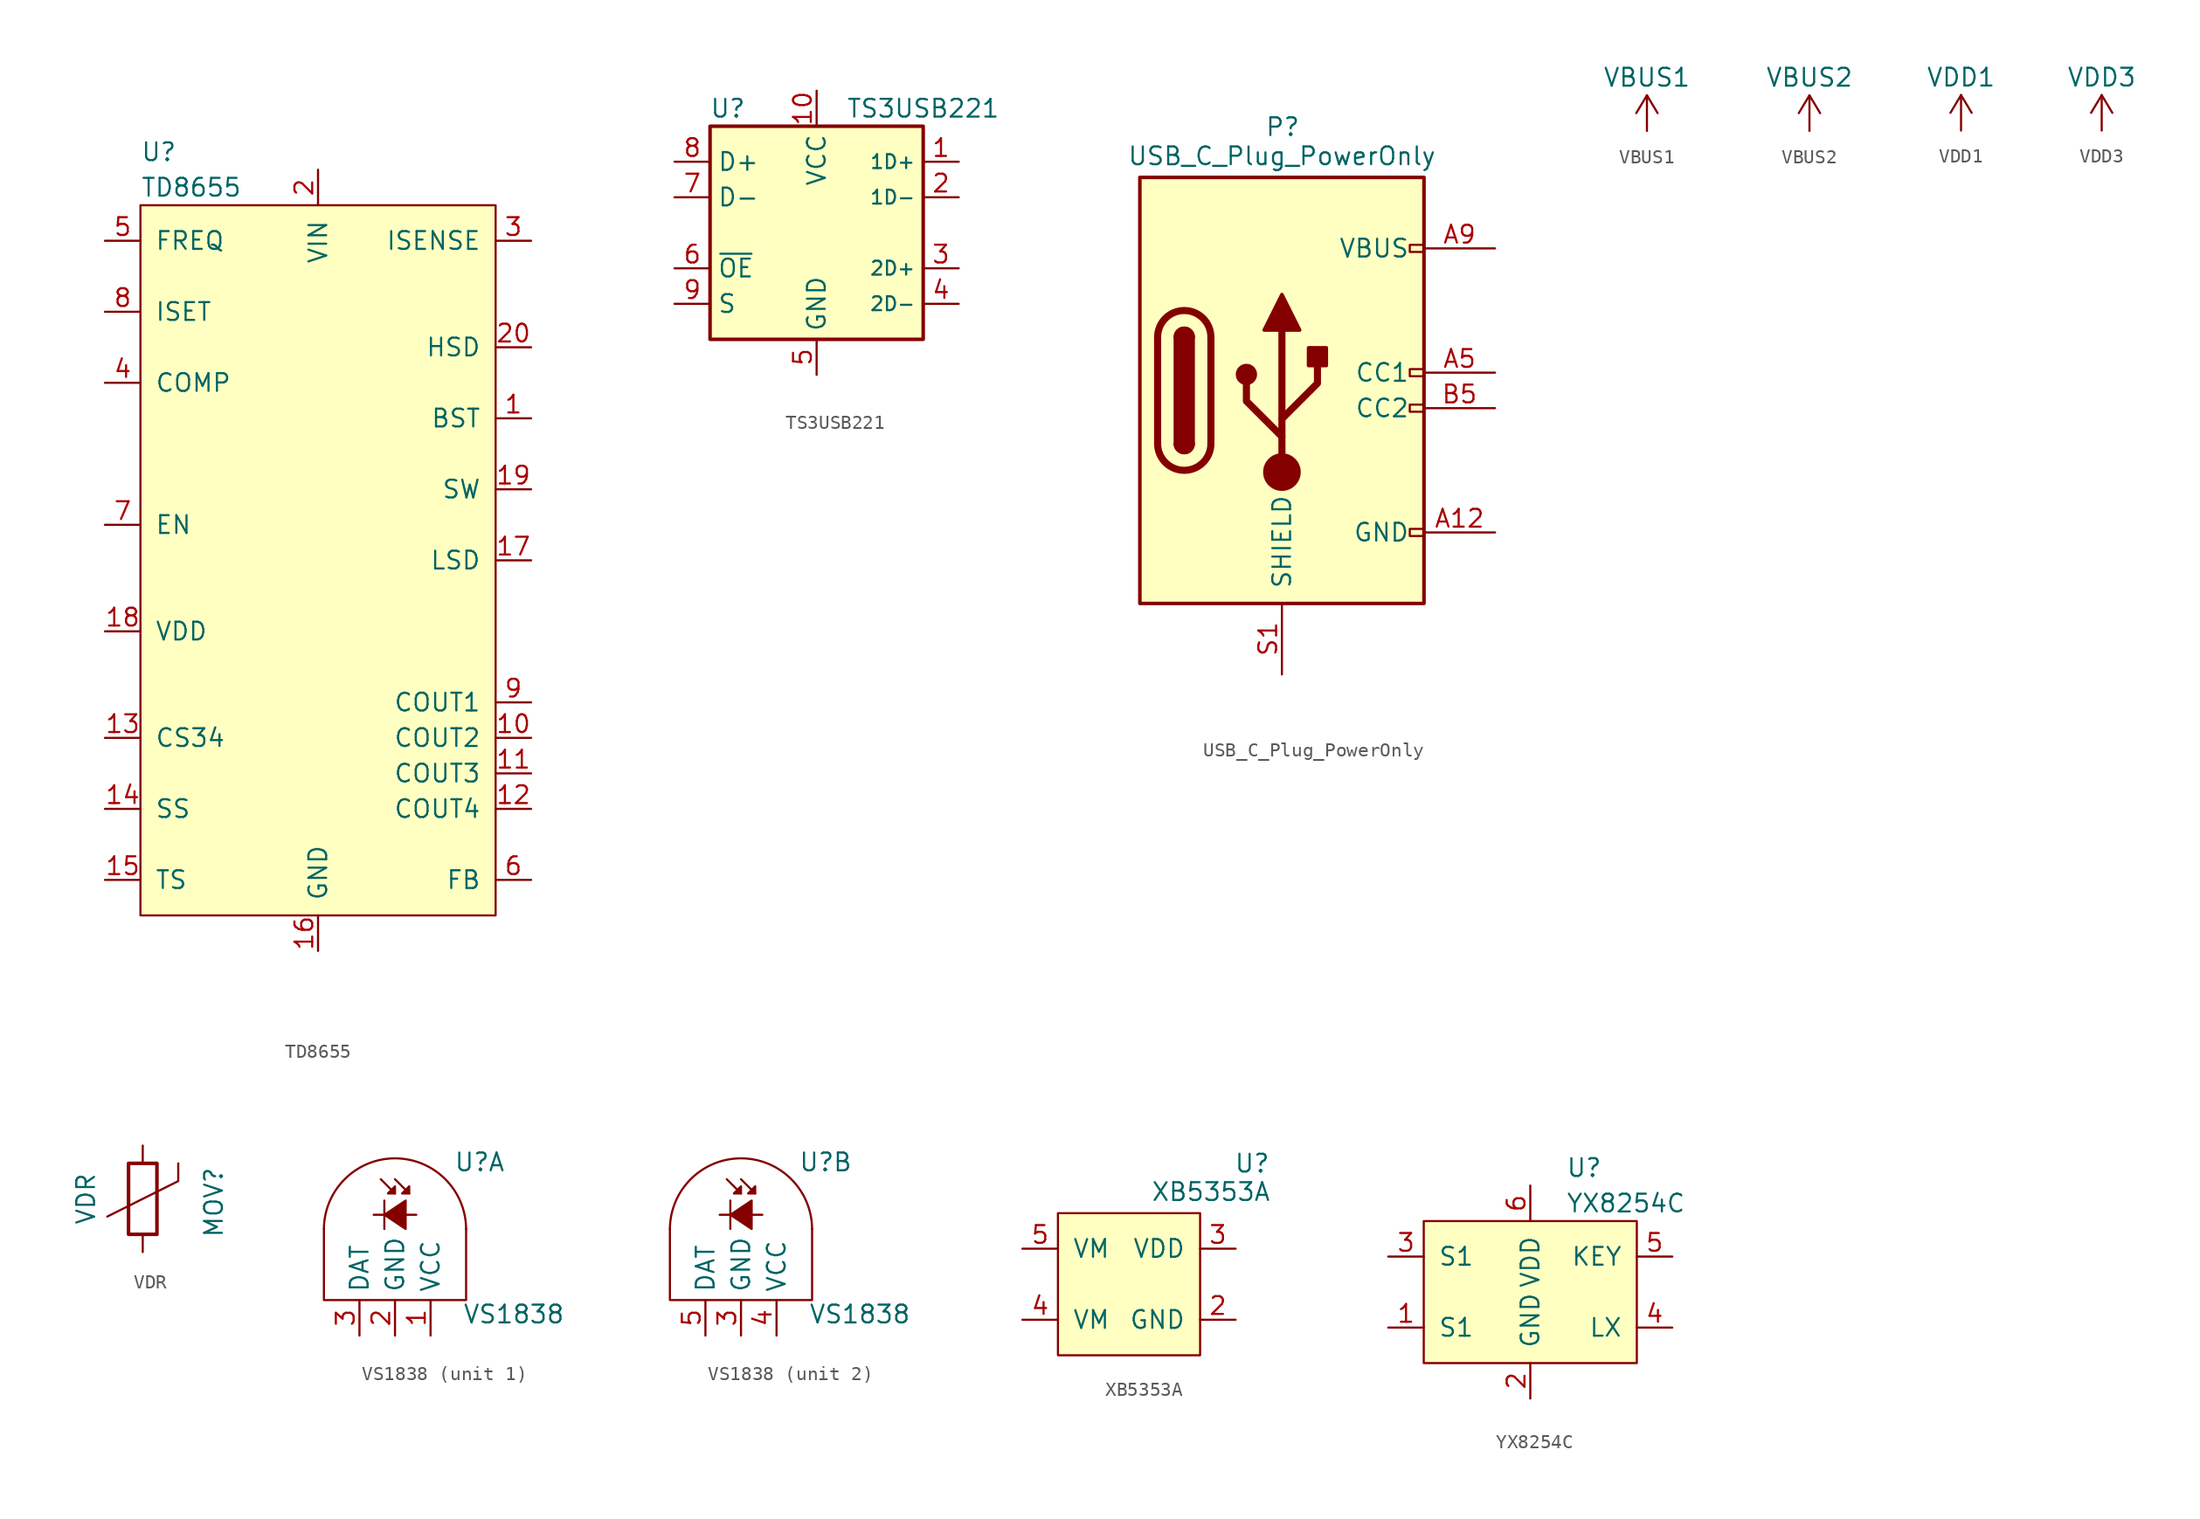
<source format=kicad_sym>
(kicad_symbol_lib
  (version 20220914)
  (generator kicad_symbol_editor)
  (symbol "TD8655"
    (pin_names
      (offset 1.016))
    (property "Reference" "U"
      (at -12.7 29.21 0)
      (effects (font (size 1.27 1.27)) (justify left)))
    (property "Value" "TD8655"
      (at -12.7 26.67 0)
      (effects (font (size 1.27 1.27)) (justify left)))
    (symbol "TD8655_0_1"
      (rectangle (start -12.7 25.4) (end 12.7 -25.4) (stroke (width 0) (type default)) (fill (type background))))
    (symbol "TD8655_1_1"
      (pin input line (at 15.24 10.16 180) (length 2.54) (name "BST" (effects (font (size 1.27 1.27)))) (number "1" (effects (font (size 1.27 1.27)))))
      (pin input line (at 15.24 -12.7 180) (length 2.54) (name "COUT2" (effects (font (size 1.27 1.27)))) (number "10" (effects (font (size 1.27 1.27)))))
      (pin input line (at 15.24 -15.24 180) (length 2.54) (name "COUT3" (effects (font (size 1.27 1.27)))) (number "11" (effects (font (size 1.27 1.27)))))
      (pin input line (at 15.24 -17.78 180) (length 2.54) (name "COUT4" (effects (font (size 1.27 1.27)))) (number "12" (effects (font (size 1.27 1.27)))))
      (pin bidirectional line (at -15.24 -12.7 0) (length 2.54) (name "CS34" (effects (font (size 1.27 1.27)))) (number "13" (effects (font (size 1.27 1.27)))))
      (pin input line (at -15.24 -17.78 0) (length 2.54) (name "SS" (effects (font (size 1.27 1.27)))) (number "14" (effects (font (size 1.27 1.27)))))
      (pin input line (at -15.24 -22.86 0) (length 2.54) (name "TS" (effects (font (size 1.27 1.27)))) (number "15" (effects (font (size 1.27 1.27)))))
      (pin power_in line (at 0 -27.94 90) (length 2.54) (name "GND" (effects (font (size 1.27 1.27)))) (number "16" (effects (font (size 1.27 1.27)))))
      (pin output line (at 15.24 0 180) (length 2.54) (name "LSD" (effects (font (size 1.27 1.27)))) (number "17" (effects (font (size 1.27 1.27)))))
      (pin power_out line (at -15.24 -5.08 0) (length 2.54) (name "VDD" (effects (font (size 1.27 1.27)))) (number "18" (effects (font (size 1.27 1.27)))))
      (pin power_out line (at 15.24 5.08 180) (length 2.54) (name "SW" (effects (font (size 1.27 1.27)))) (number "19" (effects (font (size 1.27 1.27)))))
      (pin power_in line (at 0 27.94 270) (length 2.54) (name "VIN" (effects (font (size 1.27 1.27)))) (number "2" (effects (font (size 1.27 1.27)))))
      (pin output line (at 15.24 15.24 180) (length 2.54) (name "HSD" (effects (font (size 1.27 1.27)))) (number "20" (effects (font (size 1.27 1.27)))))
      (pin power_in line (at 0 -27.94 90) (length 2.54) hide (name "PGND" (effects (font (size 1.27 1.27)))) (number "21" (effects (font (size 1.27 1.27)))))
      (pin input line (at 15.24 22.86 180) (length 2.54) (name "ISENSE" (effects (font (size 1.27 1.27)))) (number "3" (effects (font (size 1.27 1.27)))))
      (pin input line (at -15.24 12.7 0) (length 2.54) (name "COMP" (effects (font (size 1.27 1.27)))) (number "4" (effects (font (size 1.27 1.27)))))
      (pin input line (at -15.24 22.86 0) (length 2.54) (name "FREQ" (effects (font (size 1.27 1.27)))) (number "5" (effects (font (size 1.27 1.27)))))
      (pin input line (at 15.24 -22.86 180) (length 2.54) (name "FB" (effects (font (size 1.27 1.27)))) (number "6" (effects (font (size 1.27 1.27)))))
      (pin input line (at -15.24 2.54 0) (length 2.54) (name "EN" (effects (font (size 1.27 1.27)))) (number "7" (effects (font (size 1.27 1.27)))))
      (pin input line (at -15.24 17.78 0) (length 2.54) (name "ISET" (effects (font (size 1.27 1.27)))) (number "8" (effects (font (size 1.27 1.27)))))
      (pin input line (at 15.24 -10.16 180) (length 2.54) (name "COUT1" (effects (font (size 1.27 1.27)))) (number "9" (effects (font (size 1.27 1.27)))))))
  (symbol "TS3USB221"
    (property "Reference" "U"
      (at -6.35 8.89 0)
      (effects (font (size 1.27 1.27))))
    (property "Value" "TS3USB221"
      (at 7.62 8.89 0)
      (effects (font (size 1.27 1.27))))
    (symbol "TS3USB221_0_1"
      (rectangle (start 7.62 7.62) (end -7.62 -7.62) (stroke (width 0.254) (type default)) (fill (type background))))
    (symbol "TS3USB221_1_1"
      (pin bidirectional line (at 10.16 5.08 180) (length 2.54) (name "1D+" (effects (font (size 0.991 0.991)))) (number "1" (effects (font (size 1.27 1.27)))))
      (pin power_in line (at 0 10.16 270) (length 2.54) (name "VCC" (effects (font (size 1.27 1.27)))) (number "10" (effects (font (size 1.27 1.27)))))
      (pin bidirectional line (at 10.16 2.54 180) (length 2.54) (name "1D-" (effects (font (size 0.991 0.991)))) (number "2" (effects (font (size 1.27 1.27)))))
      (pin bidirectional line (at 10.16 -2.54 180) (length 2.54) (name "2D+" (effects (font (size 0.991 0.991)))) (number "3" (effects (font (size 1.27 1.27)))))
      (pin bidirectional line (at 10.16 -5.08 180) (length 2.54) (name "2D-" (effects (font (size 0.991 0.991)))) (number "4" (effects (font (size 1.27 1.27)))))
      (pin power_in line (at 0 -10.16 90) (length 2.54) (name "GND" (effects (font (size 1.27 1.27)))) (number "5" (effects (font (size 1.27 1.27)))))
      (pin input line (at -10.16 -2.54 0) (length 2.54) (name "~{OE}" (effects (font (size 1.27 1.27)))) (number "6" (effects (font (size 1.27 1.27)))))
      (pin bidirectional line (at -10.16 2.54 0) (length 2.54) (name "D-" (effects (font (size 1.27 1.27)))) (number "7" (effects (font (size 1.27 1.27)))))
      (pin bidirectional line (at -10.16 5.08 0) (length 2.54) (name "D+" (effects (font (size 1.27 1.27)))) (number "8" (effects (font (size 1.27 1.27)))))
      (pin input line (at -10.16 -5.08 0) (length 2.54) (name "S" (effects (font (size 1.27 1.27)))) (number "9" (effects (font (size 1.27 1.27)))))))
  (symbol "USB_C_Plug_PowerOnly"
    (pin_names
      (offset 1.016))
    (property "Reference" "P"
      (at 0.051 18.847 0)
      (effects (font (size 1.27 1.27))))
    (property "Value" "USB_C_Plug_PowerOnly"
      (at 0 16.764 0)
      (effects (font (size 1.27 1.27))))
    (symbol "USB_C_Plug_PowerOnly_0_0"
      (rectangle (start 10.16 -9.906) (end 9.144 -10.414) (stroke (width 0) (type default)) (fill (type none)))
      (rectangle (start 10.16 -1.016) (end 9.144 -1.524) (stroke (width 0) (type default)) (fill (type none)))
      (rectangle (start 10.16 1.524) (end 9.144 1.016) (stroke (width 0) (type default)) (fill (type none)))
      (rectangle (start 10.16 10.414) (end 9.144 9.906) (stroke (width 0) (type default)) (fill (type none))))
    (symbol "USB_C_Plug_PowerOnly_0_1"
      (rectangle (start -10.16 15.24) (end 10.16 -15.24) (stroke (width 0.254) (type default)) (fill (type background)))
      (arc (start -8.89 -3.81) (mid -6.985 -5.7067) (end -5.08 -3.81) (stroke (width 0.508) (type default)) (fill (type none)))
      (arc (start -7.62 -3.81) (mid -6.985 -4.4423) (end -6.35 -3.81) (stroke (width 0.254) (type default)) (fill (type none)))
      (arc (start -7.62 -3.81) (mid -6.985 -4.4423) (end -6.35 -3.81) (stroke (width 0.254) (type default)) (fill (type outline)))
      (rectangle (start -7.62 -3.81) (end -6.35 3.81) (stroke (width 0.254) (type default)) (fill (type outline)))
      (arc (start -6.35 3.81) (mid -6.985 4.4423) (end -7.62 3.81) (stroke (width 0.254) (type default)) (fill (type none)))
      (arc (start -6.35 3.81) (mid -6.985 4.4423) (end -7.62 3.81) (stroke (width 0.254) (type default)) (fill (type outline)))
      (arc (start -5.08 3.81) (mid -6.985 5.7067) (end -8.89 3.81) (stroke (width 0.508) (type default)) (fill (type none)))
      (polyline (pts (xy -8.89 -3.81) (xy -8.89 3.81)) (stroke (width 0.508) (type default)) (fill (type none)))
      (polyline (pts (xy -5.08 3.81) (xy -5.08 -3.81)) (stroke (width 0.508) (type default)) (fill (type none))))
    (symbol "USB_C_Plug_PowerOnly_1_1"
      (circle (center -2.54 1.143) (radius 0.635) (stroke (width 0.254) (type default)) (fill (type outline)))
      (circle (center 0 -5.842) (radius 1.27) (stroke (width 0) (type default)) (fill (type outline)))
      (polyline (pts (xy 0 -5.842) (xy 0 4.318)) (stroke (width 0.508) (type default)) (fill (type none)))
      (polyline (pts (xy 0 -3.302) (xy -2.54 -0.762) (xy -2.54 0.508)) (stroke (width 0.508) (type default)) (fill (type none)))
      (polyline (pts (xy 0 -2.032) (xy 2.54 0.508) (xy 2.54 1.778)) (stroke (width 0.508) (type default)) (fill (type none)))
      (polyline (pts (xy -1.27 4.318) (xy 0 6.858) (xy 1.27 4.318) (xy -1.27 4.318)) (stroke (width 0.254) (type default)) (fill (type outline)))
      (rectangle (start 1.905 1.778) (end 3.175 3.048) (stroke (width 0.254) (type default)) (fill (type outline)))
      (pin passive line (at 15.24 -10.16 180) (length 5.08) (name "GND" (effects (font (size 1.27 1.27)))) (number "A12" (effects (font (size 1.27 1.27)))))
      (pin bidirectional line (at 15.24 1.27 180) (length 5.08) (name "CC1" (effects (font (size 1.27 1.27)))) (number "A5" (effects (font (size 1.27 1.27)))))
      (pin passive line (at 15.24 10.16 180) (length 5.08) (name "VBUS" (effects (font (size 1.27 1.27)))) (number "A9" (effects (font (size 1.27 1.27)))))
      (pin passive line (at 15.24 -10.16 180) (length 5.08) hide (name "GND" (effects (font (size 1.27 1.27)))) (number "B12" (effects (font (size 1.27 1.27)))))
      (pin bidirectional line (at 15.24 -1.27 180) (length 5.08) (name "CC2" (effects (font (size 1.27 1.27)))) (number "B5" (effects (font (size 1.27 1.27)))))
      (pin passive line (at 15.24 10.16 180) (length 5.08) hide (name "VBUS" (effects (font (size 1.27 1.27)))) (number "B9" (effects (font (size 1.27 1.27)))))
      (pin passive line (at 0 -20.32 90) (length 5.08) (name "SHIELD" (effects (font (size 1.27 1.27)))) (number "S1" (effects (font (size 1.27 1.27)))))))
  (symbol "VBUS1"
    (power)
    (pin_names
      (offset 0))
    (property "Reference" "#PWR"
      (at 0 -3.81 0)
      (effects (font (size 1.27 1.27)) hide))
    (property "Value" "VBUS1"
      (at 0 3.81 0)
      (effects (font (size 1.27 1.27))))
    (symbol "VBUS1_0_1"
      (polyline (pts (xy -0.762 1.27) (xy 0 2.54)) (stroke (width 0) (type default)) (fill (type none)))
      (polyline (pts (xy 0 0) (xy 0 2.54)) (stroke (width 0) (type default)) (fill (type none)))
      (polyline (pts (xy 0 2.54) (xy 0.762 1.27)) (stroke (width 0) (type default)) (fill (type none))))
    (symbol "VBUS1_1_1"
      (pin power_in line (at 0 0 90) (length 0) hide (name "VBUS1" (effects (font (size 1.27 1.27)))) (number "1" (effects (font (size 1.27 1.27)))))))
  (symbol "VBUS2"
    (power)
    (pin_names
      (offset 0))
    (property "Reference" "#PWR"
      (at 0 -3.81 0)
      (effects (font (size 1.27 1.27)) hide))
    (property "Value" "VBUS2"
      (at 0 3.81 0)
      (effects (font (size 1.27 1.27))))
    (symbol "VBUS2_0_1"
      (polyline (pts (xy -0.762 1.27) (xy 0 2.54)) (stroke (width 0) (type default)) (fill (type none)))
      (polyline (pts (xy 0 0) (xy 0 2.54)) (stroke (width 0) (type default)) (fill (type none)))
      (polyline (pts (xy 0 2.54) (xy 0.762 1.27)) (stroke (width 0) (type default)) (fill (type none))))
    (symbol "VBUS2_1_1"
      (pin power_in line (at 0 0 90) (length 0) hide (name "VBUS2" (effects (font (size 1.27 1.27)))) (number "1" (effects (font (size 1.27 1.27)))))))
  (symbol "VDD1"
    (power)
    (pin_names
      (offset 0))
    (property "Reference" "#PWR"
      (at 0 -3.81 0)
      (effects (font (size 1.27 1.27)) hide))
    (property "Value" "VDD1"
      (at 0 3.81 0)
      (effects (font (size 1.27 1.27))))
    (symbol "VDD1_0_1"
      (polyline (pts (xy -0.762 1.27) (xy 0 2.54)) (stroke (width 0) (type default)) (fill (type none)))
      (polyline (pts (xy 0 0) (xy 0 2.54)) (stroke (width 0) (type default)) (fill (type none)))
      (polyline (pts (xy 0 2.54) (xy 0.762 1.27)) (stroke (width 0) (type default)) (fill (type none))))
    (symbol "VDD1_1_1"
      (pin power_in line (at 0 0 90) (length 0) hide (name "VDD1" (effects (font (size 1.27 1.27)))) (number "1" (effects (font (size 1.27 1.27)))))))
  (symbol "VDD3"
    (power)
    (pin_names
      (offset 0))
    (property "Reference" "#PWR"
      (at 0 -3.81 0)
      (effects (font (size 1.27 1.27)) hide))
    (property "Value" "VDD3"
      (at 0 3.81 0)
      (effects (font (size 1.27 1.27))))
    (symbol "VDD3_0_1"
      (polyline (pts (xy -0.762 1.27) (xy 0 2.54)) (stroke (width 0) (type default)) (fill (type none)))
      (polyline (pts (xy 0 0) (xy 0 2.54)) (stroke (width 0) (type default)) (fill (type none)))
      (polyline (pts (xy 0 2.54) (xy 0.762 1.27)) (stroke (width 0) (type default)) (fill (type none))))
    (symbol "VDD3_1_1"
      (pin power_in line (at 0 0 90) (length 0) hide (name "VDD3" (effects (font (size 1.27 1.27)))) (number "1" (effects (font (size 1.27 1.27)))))))
  (symbol "VDR"
    (pin_numbers hide)
    (pin_names
      (offset 0))
    (property "Reference" "MOV"
      (at 5.08 -0.254 90)
      (effects (font (size 1.27 1.27))))
    (property "Value" "VDR"
      (at -4.064 0 90)
      (effects (font (size 1.27 1.27))))
    (symbol "VDR_0_1"
      (rectangle (start -1.016 -2.54) (end 1.016 2.54) (stroke (width 0.254) (type default)) (fill (type none)))
      (polyline (pts (xy -2.54 -1.27) (xy 2.54 1.27) (xy 2.54 2.54)) (stroke (width 0) (type default)) (fill (type none))))
    (symbol "VDR_1_1"
      (pin passive line (at 0 3.81 270) (length 1.27) (name "~" (effects (font (size 1.27 1.27)))) (number "1" (effects (font (size 1.27 1.27)))))
      (pin passive line (at 0 -3.81 90) (length 1.27) (name "~" (effects (font (size 1.27 1.27)))) (number "2" (effects (font (size 1.27 1.27)))))))
  (symbol "VS1838"
    (property "Reference" "U"
      (at 6.045 9.855 0)
      (effects (font (size 1.27 1.27))))
    (property "Value" "VS1838"
      (at 4.826 -1.016 0)
      (effects (font (size 1.27 1.27)) (justify left)))
    (symbol "VS1838_0_1"
      (polyline (pts (xy -1.524 6.096) (xy 1.524 6.096)) (stroke (width 0) (type default)) (fill (type none)))
      (polyline (pts (xy -1.016 8.636) (xy 0 7.62)) (stroke (width 0) (type default)) (fill (type none)))
      (polyline (pts (xy -0.762 7.112) (xy -0.762 5.08)) (stroke (width 0) (type default)) (fill (type none)))
      (polyline (pts (xy 0 8.636) (xy 1.016 7.62)) (stroke (width 0) (type default)) (fill (type none)))
      (polyline (pts (xy -5.08 5.08) (xy -5.08 0) (xy 5.08 0) (xy 5.08 5.08)) (stroke (width 0) (type default)) (fill (type none)))
      (polyline (pts (xy 0.762 7.112) (xy -0.762 6.096) (xy 0.762 5.08) (xy 0.762 7.112)) (stroke (width 0) (type default)) (fill (type outline)))
      (polyline (pts (xy 0 8.128) (xy -0.508 7.62) (xy 0 7.62) (xy 0 8.077) (xy 0 8.128)) (stroke (width 0) (type default)) (fill (type outline)))
      (polyline (pts (xy 1.016 8.128) (xy 0.508 7.62) (xy 1.016 7.62) (xy 1.016 8.077) (xy 1.016 8.128)) (stroke (width 0) (type default)) (fill (type outline)))
      (arc (start 5.08 5.08) (mid 0 10.1282) (end -5.08 5.08) (stroke (width 0) (type default)) (fill (type none))))
    (symbol "VS1838_1_1"
      (pin power_in line (at 2.54 -2.54 90) (length 2.54) (name "VCC" (effects (font (size 1.27 1.27)))) (number "1" (effects (font (size 1.27 1.27)))))
      (pin power_in line (at 0 -2.54 90) (length 2.54) (name "GND" (effects (font (size 1.27 1.27)))) (number "2" (effects (font (size 1.27 1.27)))))
      (pin output line (at -2.54 -2.54 90) (length 2.54) (name "DAT" (effects (font (size 1.27 1.27)))) (number "3" (effects (font (size 1.27 1.27))))))
    (symbol "VS1838_2_1"
      (pin power_in line (at 0 -2.54 90) (length 2.54) (name "GND" (effects (font (size 1.27 1.27)))) (number "3" (effects (font (size 1.27 1.27)))))
      (pin power_in line (at 2.54 -2.54 90) (length 2.54) (name "VCC" (effects (font (size 1.27 1.27)))) (number "4" (effects (font (size 1.27 1.27)))))
      (pin output line (at -2.54 -2.54 90) (length 2.54) (name "DAT" (effects (font (size 1.27 1.27)))) (number "5" (effects (font (size 1.27 1.27)))))))
  (symbol "XB5353A"
    (pin_names
      (offset 1.016))
    (property "Reference" "U"
      (at 10.109 8.636 0)
      (effects (font (size 1.27 1.27)) (justify right)))
    (property "Value" "XB5353A"
      (at 10.16 6.604 0)
      (effects (font (size 1.27 1.27)) (justify right)))
    (symbol "XB5353A_0_1"
      (rectangle (start -5.08 5.08) (end 5.08 -5.08) (stroke (width 0) (type default)) (fill (type background))))
    (symbol "XB5353A_1_1"
      (pin input line (at 7.62 0 180) (length 2.54) hide (name "VT" (effects (font (size 1.27 1.27)))) (number "1" (effects (font (size 1.27 1.27)))))
      (pin power_in line (at 7.62 -2.54 180) (length 2.54) (name "GND" (effects (font (size 1.27 1.27)))) (number "2" (effects (font (size 1.27 1.27)))))
      (pin power_in line (at 7.62 2.54 180) (length 2.54) (name "VDD" (effects (font (size 1.27 1.27)))) (number "3" (effects (font (size 1.27 1.27)))))
      (pin power_in line (at -7.62 -2.54 0) (length 2.54) (name "VM" (effects (font (size 1.27 1.27)))) (number "4" (effects (font (size 1.27 1.27)))))
      (pin power_in line (at -7.62 2.54 0) (length 2.54) (name "VM" (effects (font (size 1.27 1.27)))) (number "5" (effects (font (size 1.27 1.27)))))))
  (symbol "YX8254C"
    (pin_names
      (offset 1.016))
    (property "Reference" "U"
      (at 2.54 8.89 0)
      (effects (font (size 1.27 1.27)) (justify left)))
    (property "Value" "YX8254C"
      (at 2.54 6.35 0)
      (effects (font (size 1.27 1.27)) (justify left)))
    (symbol "YX8254C_0_1"
      (rectangle (start -7.62 5.08) (end 7.62 -5.08) (stroke (width 0) (type default)) (fill (type background))))
    (symbol "YX8254C_1_1"
      (pin input line (at -10.16 -2.54 0) (length 2.54) (name "S1" (effects (font (size 1.27 1.27)))) (number "1" (effects (font (size 1.27 1.27)))))
      (pin power_in line (at 0 -7.62 90) (length 2.54) (name "GND" (effects (font (size 1.27 1.27)))) (number "2" (effects (font (size 1.27 1.27)))))
      (pin input line (at -10.16 2.54 0) (length 2.54) (name "S1" (effects (font (size 1.27 1.27)))) (number "3" (effects (font (size 1.27 1.27)))))
      (pin output line (at 10.16 -2.54 180) (length 2.54) (name "LX" (effects (font (size 1.27 1.27)))) (number "4" (effects (font (size 1.27 1.27)))))
      (pin input line (at 10.16 2.54 180) (length 2.54) (name "KEY" (effects (font (size 1.27 1.27)))) (number "5" (effects (font (size 1.27 1.27)))))
      (pin power_in line (at 0 7.62 270) (length 2.54) (name "VDD" (effects (font (size 1.27 1.27)))) (number "6" (effects (font (size 1.27 1.27))))))))
</source>
